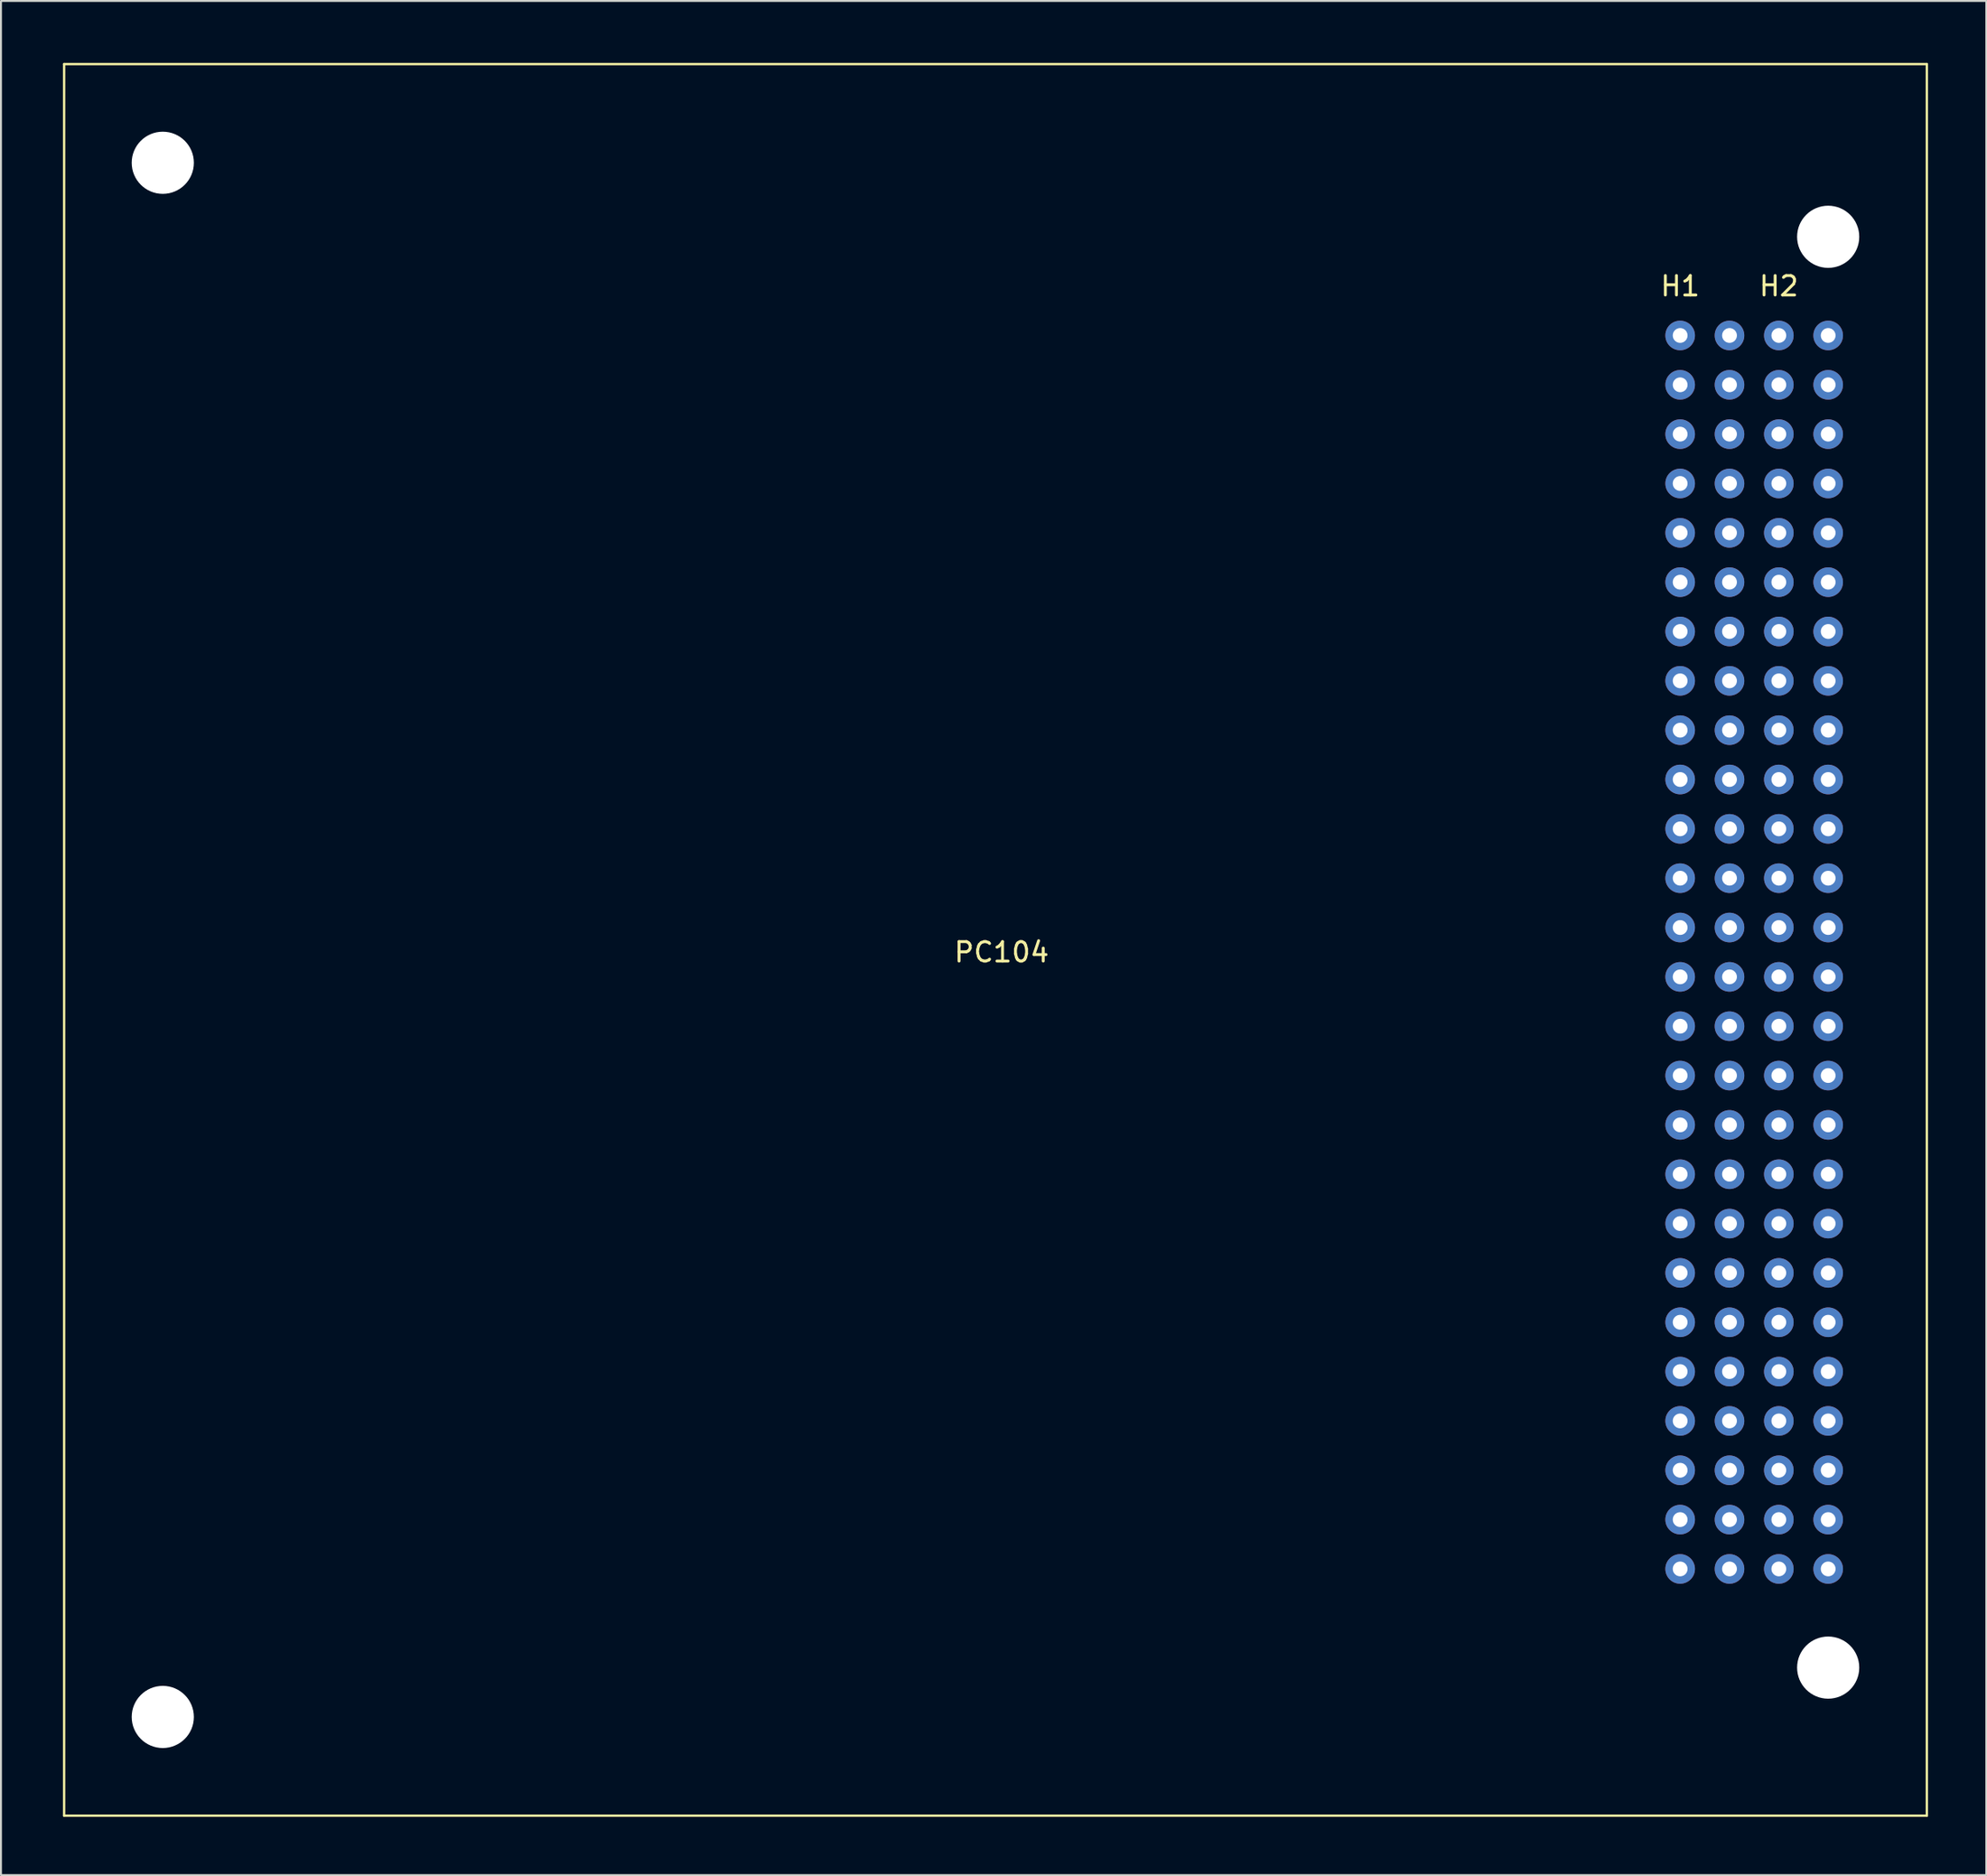
<source format=kicad_pcb>
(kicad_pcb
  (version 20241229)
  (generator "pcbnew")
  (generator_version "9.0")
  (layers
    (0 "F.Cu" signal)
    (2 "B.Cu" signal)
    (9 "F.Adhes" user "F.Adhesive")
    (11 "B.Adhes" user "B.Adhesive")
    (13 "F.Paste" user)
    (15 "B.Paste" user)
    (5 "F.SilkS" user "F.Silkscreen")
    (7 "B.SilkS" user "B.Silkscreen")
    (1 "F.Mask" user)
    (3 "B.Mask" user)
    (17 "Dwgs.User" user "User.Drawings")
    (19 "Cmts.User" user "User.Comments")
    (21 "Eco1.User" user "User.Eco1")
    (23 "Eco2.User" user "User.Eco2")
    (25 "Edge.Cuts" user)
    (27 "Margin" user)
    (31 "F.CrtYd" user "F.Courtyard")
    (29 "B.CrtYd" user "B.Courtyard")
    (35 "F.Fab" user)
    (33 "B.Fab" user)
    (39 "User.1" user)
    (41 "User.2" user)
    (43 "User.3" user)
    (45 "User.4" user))
  (footprint "PC104"
    (layer "F.Cu")
    (at 0.25 0.25)
    (property "Reference" "PC104" (at 48.26 45.72 0) (unlocked yes) (layer "F.SilkS") (effects (font (size 1 1) (thickness 0.15))))
    (attr through_hole)
    (fp_line (start 0 0) (end 0 90.17) (stroke (width 0.12) (type solid)) (layer "F.SilkS"))
    (fp_line (start 0 90.17) (end 95.89 90.17) (stroke (width 0.12) (type solid)) (layer "F.SilkS"))
    (fp_line (start 95.89 0) (end 0 0) (stroke (width 0.12) (type solid)) (layer "F.SilkS"))
    (fp_line (start 95.89 90.17) (end 95.89 0) (stroke (width 0.12) (type solid)) (layer "F.SilkS"))
    (fp_text user "H2" (at 88.27 11.43 0) (unlocked yes) (layer "F.SilkS") (effects (font (size 1 1) (thickness 0.15))))
    (fp_text user "H1" (at 83.19 11.43 0) (unlocked yes) (layer "F.SilkS") (effects (font (size 1 1) (thickness 0.15))))
    (pad "" np_thru_hole circle (at 5.08 5.08) (size 3.2 3.2) (drill 3.2) (layers "*.Cu" "*.Mask"))
    (pad "" np_thru_hole circle (at 5.08 85.09) (size 3.2 3.2) (drill 3.2) (layers "*.Cu" "*.Mask"))
    (pad "" np_thru_hole circle (at 90.81 8.89) (size 3.2 3.2) (drill 3.2) (layers "*.Cu" "*.Mask"))
    (pad "" np_thru_hole circle (at 90.81 82.55) (size 3.2 3.2) (drill 3.2) (layers "*.Cu" "*.Mask"))
    (pad "1" thru_hole circle (at 83.19 13.97) (size 1.524 1.524) (drill 0.762) (layers "*.Cu" "*.Mask"))
    (pad "2" thru_hole circle (at 85.73 13.97) (size 1.524 1.524) (drill 0.762) (layers "*.Cu" "*.Mask"))
    (pad "3" thru_hole circle (at 83.19 16.51) (size 1.524 1.524) (drill 0.762) (layers "*.Cu" "*.Mask"))
    (pad "4" thru_hole circle (at 85.73 16.51) (size 1.524 1.524) (drill 0.762) (layers "*.Cu" "*.Mask"))
    (pad "5" thru_hole circle (at 83.19 19.05) (size 1.524 1.524) (drill 0.762) (layers "*.Cu" "*.Mask"))
    (pad "6" thru_hole circle (at 85.73 19.05) (size 1.524 1.524) (drill 0.762) (layers "*.Cu" "*.Mask"))
    (pad "7" thru_hole circle (at 83.19 21.59) (size 1.524 1.524) (drill 0.762) (layers "*.Cu" "*.Mask"))
    (pad "8" thru_hole circle (at 85.73 21.59) (size 1.524 1.524) (drill 0.762) (layers "*.Cu" "*.Mask"))
    (pad "9" thru_hole circle (at 83.19 24.13) (size 1.524 1.524) (drill 0.762) (layers "*.Cu" "*.Mask"))
    (pad "10" thru_hole circle (at 85.73 24.13) (size 1.524 1.524) (drill 0.762) (layers "*.Cu" "*.Mask"))
    (pad "11" thru_hole circle (at 83.19 26.67) (size 1.524 1.524) (drill 0.762) (layers "*.Cu" "*.Mask"))
    (pad "12" thru_hole circle (at 85.73 26.67) (size 1.524 1.524) (drill 0.762) (layers "*.Cu" "*.Mask"))
    (pad "13" thru_hole circle (at 83.19 29.21) (size 1.524 1.524) (drill 0.762) (layers "*.Cu" "*.Mask"))
    (pad "14" thru_hole circle (at 85.73 29.21) (size 1.524 1.524) (drill 0.762) (layers "*.Cu" "*.Mask"))
    (pad "15" thru_hole circle (at 83.19 31.75) (size 1.524 1.524) (drill 0.762) (layers "*.Cu" "*.Mask"))
    (pad "16" thru_hole circle (at 85.73 31.75) (size 1.524 1.524) (drill 0.762) (layers "*.Cu" "*.Mask"))
    (pad "17" thru_hole circle (at 83.19 34.29) (size 1.524 1.524) (drill 0.762) (layers "*.Cu" "*.Mask"))
    (pad "18" thru_hole circle (at 85.73 34.29) (size 1.524 1.524) (drill 0.762) (layers "*.Cu" "*.Mask"))
    (pad "19" thru_hole circle (at 83.19 36.83) (size 1.524 1.524) (drill 0.762) (layers "*.Cu" "*.Mask"))
    (pad "20" thru_hole circle (at 85.73 36.83) (size 1.524 1.524) (drill 0.762) (layers "*.Cu" "*.Mask"))
    (pad "21" thru_hole circle (at 83.19 39.37) (size 1.524 1.524) (drill 0.762) (layers "*.Cu" "*.Mask"))
    (pad "22" thru_hole circle (at 85.73 39.37) (size 1.524 1.524) (drill 0.762) (layers "*.Cu" "*.Mask"))
    (pad "23" thru_hole circle (at 83.19 41.91) (size 1.524 1.524) (drill 0.762) (layers "*.Cu" "*.Mask"))
    (pad "24" thru_hole circle (at 85.73 41.91) (size 1.524 1.524) (drill 0.762) (layers "*.Cu" "*.Mask"))
    (pad "25" thru_hole circle (at 83.19 44.45) (size 1.524 1.524) (drill 0.762) (layers "*.Cu" "*.Mask"))
    (pad "26" thru_hole circle (at 85.73 44.45) (size 1.524 1.524) (drill 0.762) (layers "*.Cu" "*.Mask"))
    (pad "27" thru_hole circle (at 83.19 46.99) (size 1.524 1.524) (drill 0.762) (layers "*.Cu" "*.Mask"))
    (pad "28" thru_hole circle (at 85.73 46.99) (size 1.524 1.524) (drill 0.762) (layers "*.Cu" "*.Mask"))
    (pad "29" thru_hole circle (at 83.19 49.53) (size 1.524 1.524) (drill 0.762) (layers "*.Cu" "*.Mask"))
    (pad "30" thru_hole circle (at 85.73 49.53) (size 1.524 1.524) (drill 0.762) (layers "*.Cu" "*.Mask"))
    (pad "31" thru_hole circle (at 83.19 52.07) (size 1.524 1.524) (drill 0.762) (layers "*.Cu" "*.Mask"))
    (pad "32" thru_hole circle (at 85.73 52.07) (size 1.524 1.524) (drill 0.762) (layers "*.Cu" "*.Mask"))
    (pad "33" thru_hole circle (at 83.19 54.61) (size 1.524 1.524) (drill 0.762) (layers "*.Cu" "*.Mask"))
    (pad "34" thru_hole circle (at 85.73 54.61) (size 1.524 1.524) (drill 0.762) (layers "*.Cu" "*.Mask"))
    (pad "35" thru_hole circle (at 83.19 57.15) (size 1.524 1.524) (drill 0.762) (layers "*.Cu" "*.Mask"))
    (pad "36" thru_hole circle (at 85.73 57.15) (size 1.524 1.524) (drill 0.762) (layers "*.Cu" "*.Mask"))
    (pad "37" thru_hole circle (at 83.19 59.69) (size 1.524 1.524) (drill 0.762) (layers "*.Cu" "*.Mask"))
    (pad "38" thru_hole circle (at 85.73 59.69) (size 1.524 1.524) (drill 0.762) (layers "*.Cu" "*.Mask"))
    (pad "39" thru_hole circle (at 83.19 62.23) (size 1.524 1.524) (drill 0.762) (layers "*.Cu" "*.Mask"))
    (pad "40" thru_hole circle (at 85.73 62.23) (size 1.524 1.524) (drill 0.762) (layers "*.Cu" "*.Mask"))
    (pad "41" thru_hole circle (at 83.19 64.77) (size 1.524 1.524) (drill 0.762) (layers "*.Cu" "*.Mask"))
    (pad "42" thru_hole circle (at 85.73 64.77) (size 1.524 1.524) (drill 0.762) (layers "*.Cu" "*.Mask"))
    (pad "43" thru_hole circle (at 83.19 67.31) (size 1.524 1.524) (drill 0.762) (layers "*.Cu" "*.Mask"))
    (pad "44" thru_hole circle (at 85.73 67.31) (size 1.524 1.524) (drill 0.762) (layers "*.Cu" "*.Mask"))
    (pad "45" thru_hole circle (at 83.19 69.85) (size 1.524 1.524) (drill 0.762) (layers "*.Cu" "*.Mask"))
    (pad "46" thru_hole circle (at 85.73 69.85) (size 1.524 1.524) (drill 0.762) (layers "*.Cu" "*.Mask"))
    (pad "47" thru_hole circle (at 83.19 72.39) (size 1.524 1.524) (drill 0.762) (layers "*.Cu" "*.Mask"))
    (pad "48" thru_hole circle (at 85.73 72.39) (size 1.524 1.524) (drill 0.762) (layers "*.Cu" "*.Mask"))
    (pad "49" thru_hole circle (at 83.19 74.93) (size 1.524 1.524) (drill 0.762) (layers "*.Cu" "*.Mask"))
    (pad "50" thru_hole circle (at 85.73 74.93) (size 1.524 1.524) (drill 0.762) (layers "*.Cu" "*.Mask"))
    (pad "51" thru_hole circle (at 83.19 77.47) (size 1.524 1.524) (drill 0.762) (layers "*.Cu" "*.Mask"))
    (pad "52" thru_hole circle (at 85.73 77.47) (size 1.524 1.524) (drill 0.762) (layers "*.Cu" "*.Mask"))
    (pad "53" thru_hole circle (at 88.27 13.97) (size 1.524 1.524) (drill 0.762) (layers "*.Cu" "*.Mask"))
    (pad "54" thru_hole circle (at 90.81 13.97) (size 1.524 1.524) (drill 0.762) (layers "*.Cu" "*.Mask"))
    (pad "55" thru_hole circle (at 88.27 16.51) (size 1.524 1.524) (drill 0.762) (layers "*.Cu" "*.Mask"))
    (pad "56" thru_hole circle (at 90.81 16.51) (size 1.524 1.524) (drill 0.762) (layers "*.Cu" "*.Mask"))
    (pad "57" thru_hole circle (at 88.27 19.05) (size 1.524 1.524) (drill 0.762) (layers "*.Cu" "*.Mask"))
    (pad "58" thru_hole circle (at 90.81 19.05) (size 1.524 1.524) (drill 0.762) (layers "*.Cu" "*.Mask"))
    (pad "59" thru_hole circle (at 88.27 21.59) (size 1.524 1.524) (drill 0.762) (layers "*.Cu" "*.Mask"))
    (pad "60" thru_hole circle (at 90.81 21.59) (size 1.524 1.524) (drill 0.762) (layers "*.Cu" "*.Mask"))
    (pad "61" thru_hole circle (at 88.27 24.13) (size 1.524 1.524) (drill 0.762) (layers "*.Cu" "*.Mask"))
    (pad "62" thru_hole circle (at 90.81 24.13) (size 1.524 1.524) (drill 0.762) (layers "*.Cu" "*.Mask"))
    (pad "63" thru_hole circle (at 88.27 26.67) (size 1.524 1.524) (drill 0.762) (layers "*.Cu" "*.Mask"))
    (pad "64" thru_hole circle (at 90.81 26.67) (size 1.524 1.524) (drill 0.762) (layers "*.Cu" "*.Mask"))
    (pad "65" thru_hole circle (at 88.27 29.21) (size 1.524 1.524) (drill 0.762) (layers "*.Cu" "*.Mask"))
    (pad "66" thru_hole circle (at 90.81 29.21) (size 1.524 1.524) (drill 0.762) (layers "*.Cu" "*.Mask"))
    (pad "67" thru_hole circle (at 88.27 31.75) (size 1.524 1.524) (drill 0.762) (layers "*.Cu" "*.Mask"))
    (pad "68" thru_hole circle (at 90.81 31.75) (size 1.524 1.524) (drill 0.762) (layers "*.Cu" "*.Mask"))
    (pad "69" thru_hole circle (at 88.27 34.29) (size 1.524 1.524) (drill 0.762) (layers "*.Cu" "*.Mask"))
    (pad "70" thru_hole circle (at 90.81 34.29) (size 1.524 1.524) (drill 0.762) (layers "*.Cu" "*.Mask"))
    (pad "71" thru_hole circle (at 88.27 36.83) (size 1.524 1.524) (drill 0.762) (layers "*.Cu" "*.Mask"))
    (pad "72" thru_hole circle (at 90.81 36.83) (size 1.524 1.524) (drill 0.762) (layers "*.Cu" "*.Mask"))
    (pad "73" thru_hole circle (at 88.27 39.37) (size 1.524 1.524) (drill 0.762) (layers "*.Cu" "*.Mask"))
    (pad "74" thru_hole circle (at 90.81 39.37) (size 1.524 1.524) (drill 0.762) (layers "*.Cu" "*.Mask"))
    (pad "75" thru_hole circle (at 88.27 41.91) (size 1.524 1.524) (drill 0.762) (layers "*.Cu" "*.Mask"))
    (pad "76" thru_hole circle (at 90.81 41.91) (size 1.524 1.524) (drill 0.762) (layers "*.Cu" "*.Mask"))
    (pad "77" thru_hole circle (at 88.27 44.45) (size 1.524 1.524) (drill 0.762) (layers "*.Cu" "*.Mask"))
    (pad "78" thru_hole circle (at 90.81 44.45) (size 1.524 1.524) (drill 0.762) (layers "*.Cu" "*.Mask"))
    (pad "79" thru_hole circle (at 88.27 46.99) (size 1.524 1.524) (drill 0.762) (layers "*.Cu" "*.Mask"))
    (pad "80" thru_hole circle (at 90.81 46.99) (size 1.524 1.524) (drill 0.762) (layers "*.Cu" "*.Mask"))
    (pad "81" thru_hole circle (at 88.27 49.53) (size 1.524 1.524) (drill 0.762) (layers "*.Cu" "*.Mask"))
    (pad "82" thru_hole circle (at 90.81 49.53) (size 1.524 1.524) (drill 0.762) (layers "*.Cu" "*.Mask"))
    (pad "83" thru_hole circle (at 88.27 52.07) (size 1.524 1.524) (drill 0.762) (layers "*.Cu" "*.Mask"))
    (pad "84" thru_hole circle (at 90.81 52.07) (size 1.524 1.524) (drill 0.762) (layers "*.Cu" "*.Mask"))
    (pad "85" thru_hole circle (at 88.27 54.61) (size 1.524 1.524) (drill 0.762) (layers "*.Cu" "*.Mask"))
    (pad "86" thru_hole circle (at 90.81 54.61) (size 1.524 1.524) (drill 0.762) (layers "*.Cu" "*.Mask"))
    (pad "87" thru_hole circle (at 88.27 57.15) (size 1.524 1.524) (drill 0.762) (layers "*.Cu" "*.Mask"))
    (pad "88" thru_hole circle (at 90.81 57.15) (size 1.524 1.524) (drill 0.762) (layers "*.Cu" "*.Mask"))
    (pad "89" thru_hole circle (at 88.27 59.69) (size 1.524 1.524) (drill 0.762) (layers "*.Cu" "*.Mask"))
    (pad "90" thru_hole circle (at 90.81 59.69) (size 1.524 1.524) (drill 0.762) (layers "*.Cu" "*.Mask"))
    (pad "91" thru_hole circle (at 88.27 62.23) (size 1.524 1.524) (drill 0.762) (layers "*.Cu" "*.Mask"))
    (pad "92" thru_hole circle (at 90.81 62.23) (size 1.524 1.524) (drill 0.762) (layers "*.Cu" "*.Mask"))
    (pad "93" thru_hole circle (at 88.27 64.77) (size 1.524 1.524) (drill 0.762) (layers "*.Cu" "*.Mask"))
    (pad "94" thru_hole circle (at 90.81 64.77) (size 1.524 1.524) (drill 0.762) (layers "*.Cu" "*.Mask"))
    (pad "95" thru_hole circle (at 88.27 67.31) (size 1.524 1.524) (drill 0.762) (layers "*.Cu" "*.Mask"))
    (pad "96" thru_hole circle (at 90.81 67.31) (size 1.524 1.524) (drill 0.762) (layers "*.Cu" "*.Mask"))
    (pad "97" thru_hole circle (at 88.27 69.85) (size 1.524 1.524) (drill 0.762) (layers "*.Cu" "*.Mask"))
    (pad "98" thru_hole circle (at 90.81 69.85) (size 1.524 1.524) (drill 0.762) (layers "*.Cu" "*.Mask"))
    (pad "99" thru_hole circle (at 88.27 72.39) (size 1.524 1.524) (drill 0.762) (layers "*.Cu" "*.Mask"))
    (pad "100" thru_hole circle (at 90.81 72.39) (size 1.524 1.524) (drill 0.762) (layers "*.Cu" "*.Mask"))
    (pad "101" thru_hole circle (at 88.27 74.93) (size 1.524 1.524) (drill 0.762) (layers "*.Cu" "*.Mask"))
    (pad "102" thru_hole circle (at 90.81 74.93) (size 1.524 1.524) (drill 0.762) (layers "*.Cu" "*.Mask"))
    (pad "103" thru_hole circle (at 88.27 77.47) (size 1.524 1.524) (drill 0.762) (layers "*.Cu" "*.Mask"))
    (pad "104" thru_hole circle (at 90.81 77.47) (size 1.524 1.524) (drill 0.762) (layers "*.Cu" "*.Mask")))
  (gr_rect
    (start -3 -3)
    (end 99.2 93.48)
    (stroke (width 0.1) (type default))
    (fill no)
    (layer "Edge.Cuts")))
</source>
